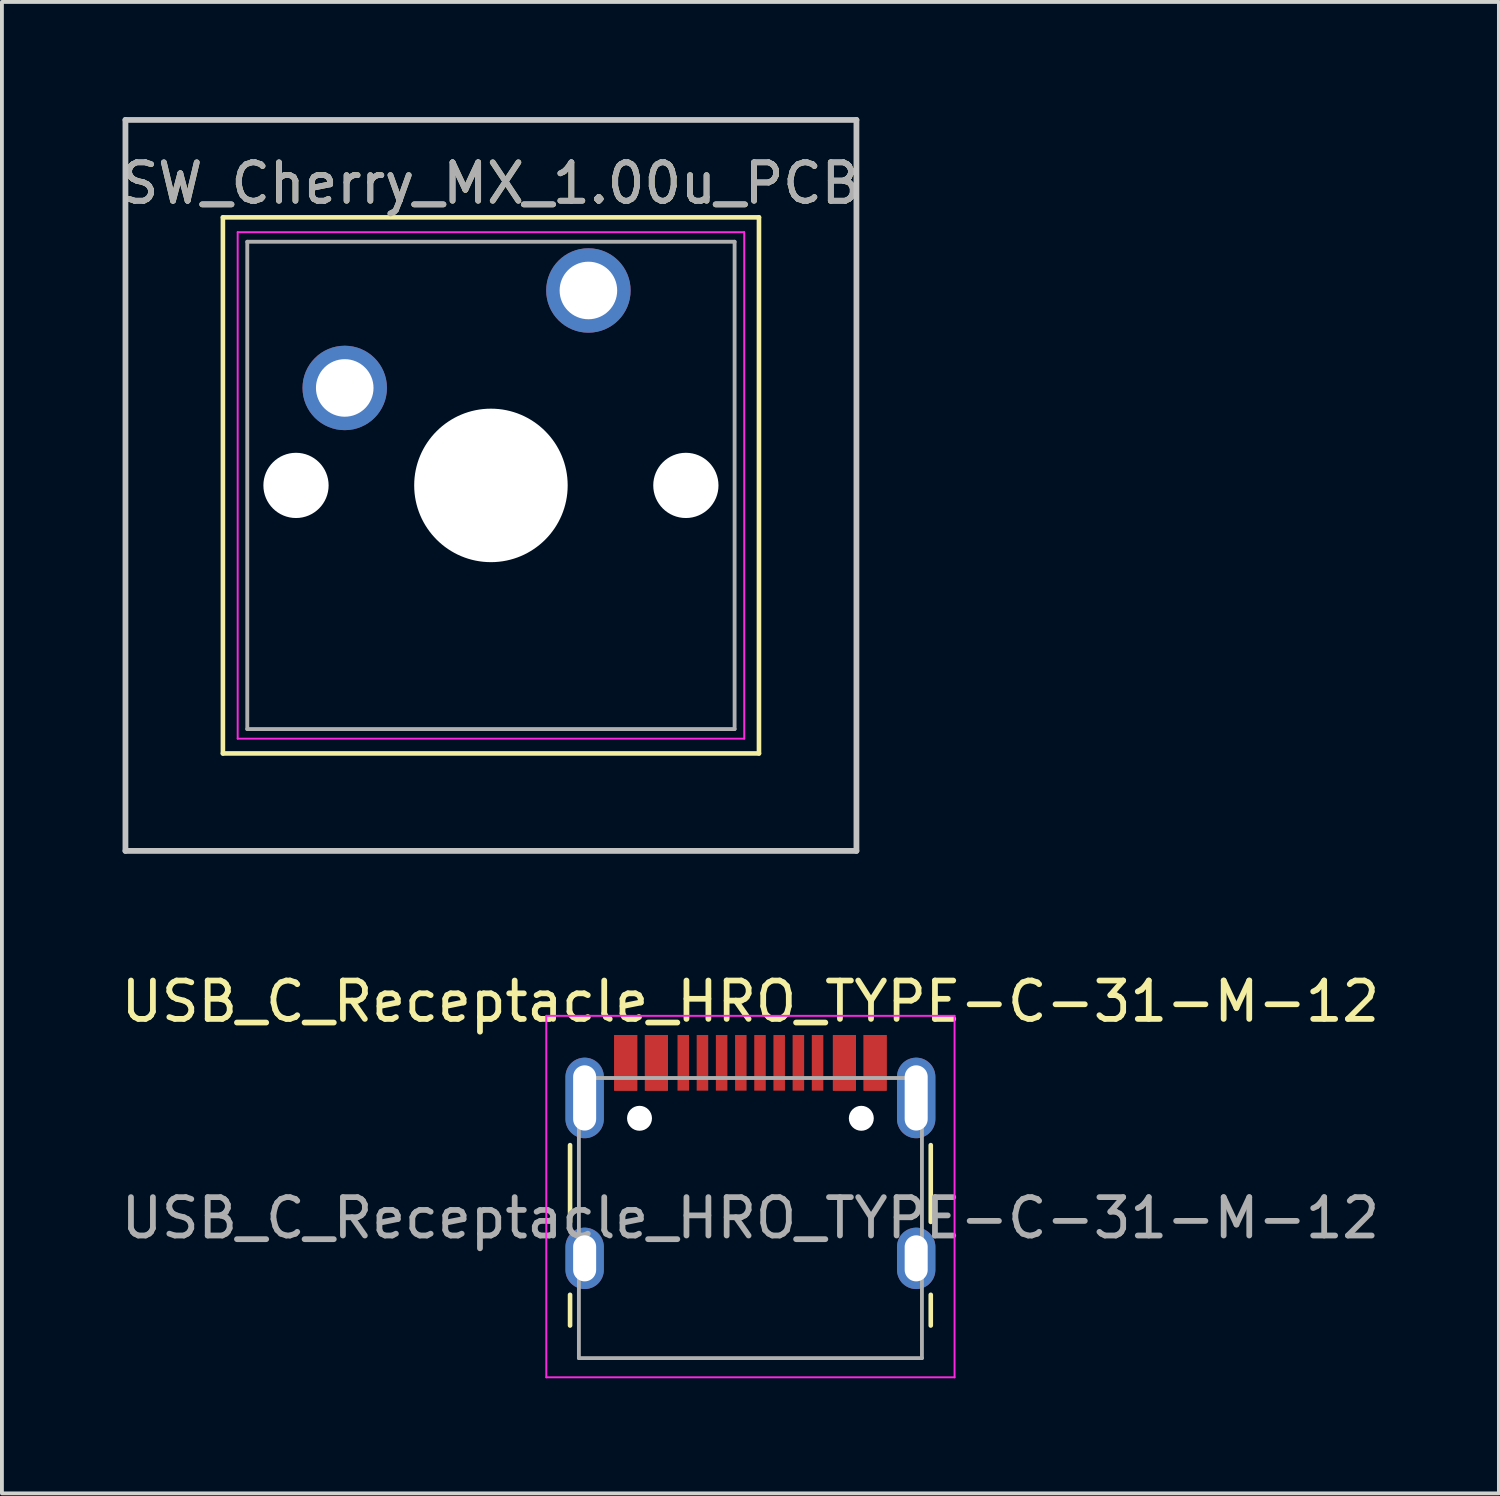
<source format=kicad_pcb>
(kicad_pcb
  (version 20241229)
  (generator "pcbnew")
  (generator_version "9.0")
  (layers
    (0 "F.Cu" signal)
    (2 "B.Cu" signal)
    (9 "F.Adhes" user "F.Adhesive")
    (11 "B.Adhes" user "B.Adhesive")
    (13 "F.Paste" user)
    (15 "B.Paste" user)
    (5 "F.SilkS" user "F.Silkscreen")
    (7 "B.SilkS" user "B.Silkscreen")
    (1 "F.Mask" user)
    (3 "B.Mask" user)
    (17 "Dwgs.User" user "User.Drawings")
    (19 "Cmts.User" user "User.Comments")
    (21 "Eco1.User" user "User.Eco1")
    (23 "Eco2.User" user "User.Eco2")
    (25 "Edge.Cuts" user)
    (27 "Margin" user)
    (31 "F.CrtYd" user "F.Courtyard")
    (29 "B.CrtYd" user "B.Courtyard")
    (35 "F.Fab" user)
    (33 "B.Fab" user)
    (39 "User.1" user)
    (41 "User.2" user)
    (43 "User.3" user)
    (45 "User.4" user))
  (footprint "SW_Cherry_MX_1.00u_PCB"
    (layer "F.Cu")
    (at 9.744 9.6)
    (property "Reference" "SW_Cherry_MX_1.00u_PCB" (at 0 -7.874 0) (layer "F.SilkS") (effects (font (size 1 1) (thickness 0.15))))
    (attr through_hole)
    (fp_line (start -6.985 -6.985) (end 6.985 -6.985) (stroke (width 0.12) (type solid)) (layer "F.SilkS"))
    (fp_line (start -6.985 6.985) (end -6.985 -6.985) (stroke (width 0.12) (type solid)) (layer "F.SilkS"))
    (fp_line (start 6.985 -6.985) (end 6.985 6.985) (stroke (width 0.12) (type solid)) (layer "F.SilkS"))
    (fp_line (start 6.985 6.985) (end -6.985 6.985) (stroke (width 0.12) (type solid)) (layer "F.SilkS"))
    (fp_line (start -9.525 -9.525) (end 9.525 -9.525) (stroke (width 0.15) (type solid)) (layer "Dwgs.User"))
    (fp_line (start -9.525 9.525) (end -9.525 -9.525) (stroke (width 0.15) (type solid)) (layer "Dwgs.User"))
    (fp_line (start 9.525 -9.525) (end 9.525 9.525) (stroke (width 0.15) (type solid)) (layer "Dwgs.User"))
    (fp_line (start 9.525 9.525) (end -9.525 9.525) (stroke (width 0.15) (type solid)) (layer "Dwgs.User"))
    (fp_line (start -6.6 -6.6) (end 6.6 -6.6) (stroke (width 0.05) (type solid)) (layer "F.CrtYd"))
    (fp_line (start -6.6 6.6) (end -6.6 -6.6) (stroke (width 0.05) (type solid)) (layer "F.CrtYd"))
    (fp_line (start 6.6 -6.6) (end 6.6 6.6) (stroke (width 0.05) (type solid)) (layer "F.CrtYd"))
    (fp_line (start 6.6 6.6) (end -6.6 6.6) (stroke (width 0.05) (type solid)) (layer "F.CrtYd"))
    (fp_line (start -6.35 -6.35) (end 6.35 -6.35) (stroke (width 0.1) (type solid)) (layer "F.Fab"))
    (fp_line (start -6.35 6.35) (end -6.35 -6.35) (stroke (width 0.1) (type solid)) (layer "F.Fab"))
    (fp_line (start 6.35 -6.35) (end 6.35 6.35) (stroke (width 0.1) (type solid)) (layer "F.Fab"))
    (fp_line (start 6.35 6.35) (end -6.35 6.35) (stroke (width 0.1) (type solid)) (layer "F.Fab"))
    (fp_text user "${REFERENCE}" (at 0 -7.874 0) (layer "F.Fab") (effects (font (size 1 1) (thickness 0.15))))
    (pad "" np_thru_hole circle (at -5.08 0) (size 1.7 1.7) (drill 1.7) (layers "*.Cu" "*.Mask"))
    (pad "" np_thru_hole circle (at 0 0) (size 4 4) (drill 4) (layers "*.Cu" "*.Mask"))
    (pad "" np_thru_hole circle (at 5.08 0) (size 1.7 1.7) (drill 1.7) (layers "*.Cu" "*.Mask"))
    (pad "1" thru_hole circle (at 2.54 -5.08) (size 2.2 2.2) (drill 1.5) (layers "*.Cu" "*.Mask"))
    (pad "2" thru_hole circle (at -3.81 -2.54) (size 2.2 2.2) (drill 1.5) (layers "*.Cu" "*.Mask")))
  (footprint "USB_C_Receptacle_HRO_TYPE-C-31-M-12"
    (layer "F.Cu")
    (at 16.506 28.693)
    (property "Reference" "USB_C_Receptacle_HRO_TYPE-C-31-M-12" (at 0 -5.645 0) (layer "F.SilkS") (effects (font (size 1 1) (thickness 0.15))))
    (fp_line (start -4.7 -1.9) (end -4.7 0.1) (stroke (width 0.12) (type solid)) (layer "F.SilkS"))
    (fp_line (start -4.7 2) (end -4.7 2.8) (stroke (width 0.12) (type solid)) (layer "F.SilkS"))
    (fp_line (start 4.7 -1.9) (end 4.7 0.1) (stroke (width 0.12) (type solid)) (layer "F.SilkS"))
    (fp_line (start 4.7 2) (end 4.7 2.8) (stroke (width 0.12) (type solid)) (layer "F.SilkS"))
    (fp_line (start -5.32 -5.27) (end -5.32 4.15) (stroke (width 0.05) (type solid)) (layer "F.CrtYd"))
    (fp_line (start -5.32 -5.27) (end 5.32 -5.27) (stroke (width 0.05) (type solid)) (layer "F.CrtYd"))
    (fp_line (start -5.32 4.15) (end 5.32 4.15) (stroke (width 0.05) (type solid)) (layer "F.CrtYd"))
    (fp_line (start 5.32 -5.27) (end 5.32 4.15) (stroke (width 0.05) (type solid)) (layer "F.CrtYd"))
    (fp_line (start -4.47 -3.65) (end -4.47 3.65) (stroke (width 0.1) (type solid)) (layer "F.Fab"))
    (fp_line (start -4.47 -3.65) (end 4.47 -3.65) (stroke (width 0.1) (type solid)) (layer "F.Fab"))
    (fp_line (start -4.47 3.65) (end 4.47 3.65) (stroke (width 0.1) (type solid)) (layer "F.Fab"))
    (fp_line (start 4.47 -3.65) (end 4.47 3.65) (stroke (width 0.1) (type solid)) (layer "F.Fab"))
    (fp_text user "${REFERENCE}" (at 0 0 0) (layer "F.Fab") (effects (font (size 1 1) (thickness 0.15))))
    (pad "" np_thru_hole circle (at -2.89 -2.6) (size 0.65 0.65) (drill 0.65) (layers "*.Cu" "*.Mask"))
    (pad "" np_thru_hole circle (at 2.89 -2.6) (size 0.65 0.65) (drill 0.65) (layers "*.Cu" "*.Mask"))
    (pad "A1" smd rect (at -3.25 -4.045) (size 0.6 1.45) (layers "F.Cu" "F.Mask" "F.Paste"))
    (pad "A4" smd rect (at -2.45 -4.045) (size 0.6 1.45) (layers "F.Cu" "F.Mask" "F.Paste"))
    (pad "A5" smd rect (at -1.25 -4.045) (size 0.3 1.45) (layers "F.Cu" "F.Mask" "F.Paste"))
    (pad "A6" smd rect (at -0.25 -4.045) (size 0.3 1.45) (layers "F.Cu" "F.Mask" "F.Paste"))
    (pad "A7" smd rect (at 0.25 -4.045) (size 0.3 1.45) (layers "F.Cu" "F.Mask" "F.Paste"))
    (pad "A8" smd rect (at 1.25 -4.045) (size 0.3 1.45) (layers "F.Cu" "F.Mask" "F.Paste"))
    (pad "A9" smd rect (at 2.45 -4.045) (size 0.6 1.45) (layers "F.Cu" "F.Mask" "F.Paste"))
    (pad "A12" smd rect (at 3.25 -4.045) (size 0.6 1.45) (layers "F.Cu" "F.Mask" "F.Paste"))
    (pad "B1" smd rect (at 3.25 -4.045) (size 0.6 1.45) (layers "F.Cu" "F.Mask" "F.Paste"))
    (pad "B4" smd rect (at 2.45 -4.045) (size 0.6 1.45) (layers "F.Cu" "F.Mask" "F.Paste"))
    (pad "B5" smd rect (at 1.75 -4.045) (size 0.3 1.45) (layers "F.Cu" "F.Mask" "F.Paste"))
    (pad "B6" smd rect (at 0.75 -4.045) (size 0.3 1.45) (layers "F.Cu" "F.Mask" "F.Paste"))
    (pad "B7" smd rect (at -0.75 -4.045) (size 0.3 1.45) (layers "F.Cu" "F.Mask" "F.Paste"))
    (pad "B8" smd rect (at -1.75 -4.045) (size 0.3 1.45) (layers "F.Cu" "F.Mask" "F.Paste"))
    (pad "B9" smd rect (at -2.45 -4.045) (size 0.6 1.45) (layers "F.Cu" "F.Mask" "F.Paste"))
    (pad "B12" smd rect (at -3.25 -4.045) (size 0.6 1.45) (layers "F.Cu" "F.Mask" "F.Paste"))
    (pad "S1" thru_hole oval (at -4.32 -3.13) (size 1 2.1) (drill oval 0.6 1.7) (layers "*.Cu" "*.Mask"))
    (pad "S1" thru_hole oval (at -4.32 1.05) (size 1 1.6) (drill oval 0.6 1.2) (layers "*.Cu" "*.Mask"))
    (pad "S1" thru_hole oval (at 4.32 -3.13) (size 1 2.1) (drill oval 0.6 1.7) (layers "*.Cu" "*.Mask"))
    (pad "S1" thru_hole oval (at 4.32 1.05) (size 1 1.6) (drill oval 0.6 1.2) (layers "*.Cu" "*.Mask")))
  (gr_rect
    (start -3 -3)
    (end 36.012 35.868)
    (stroke (width 0.1) (type default))
    (fill no)
    (layer "Edge.Cuts")))
</source>
